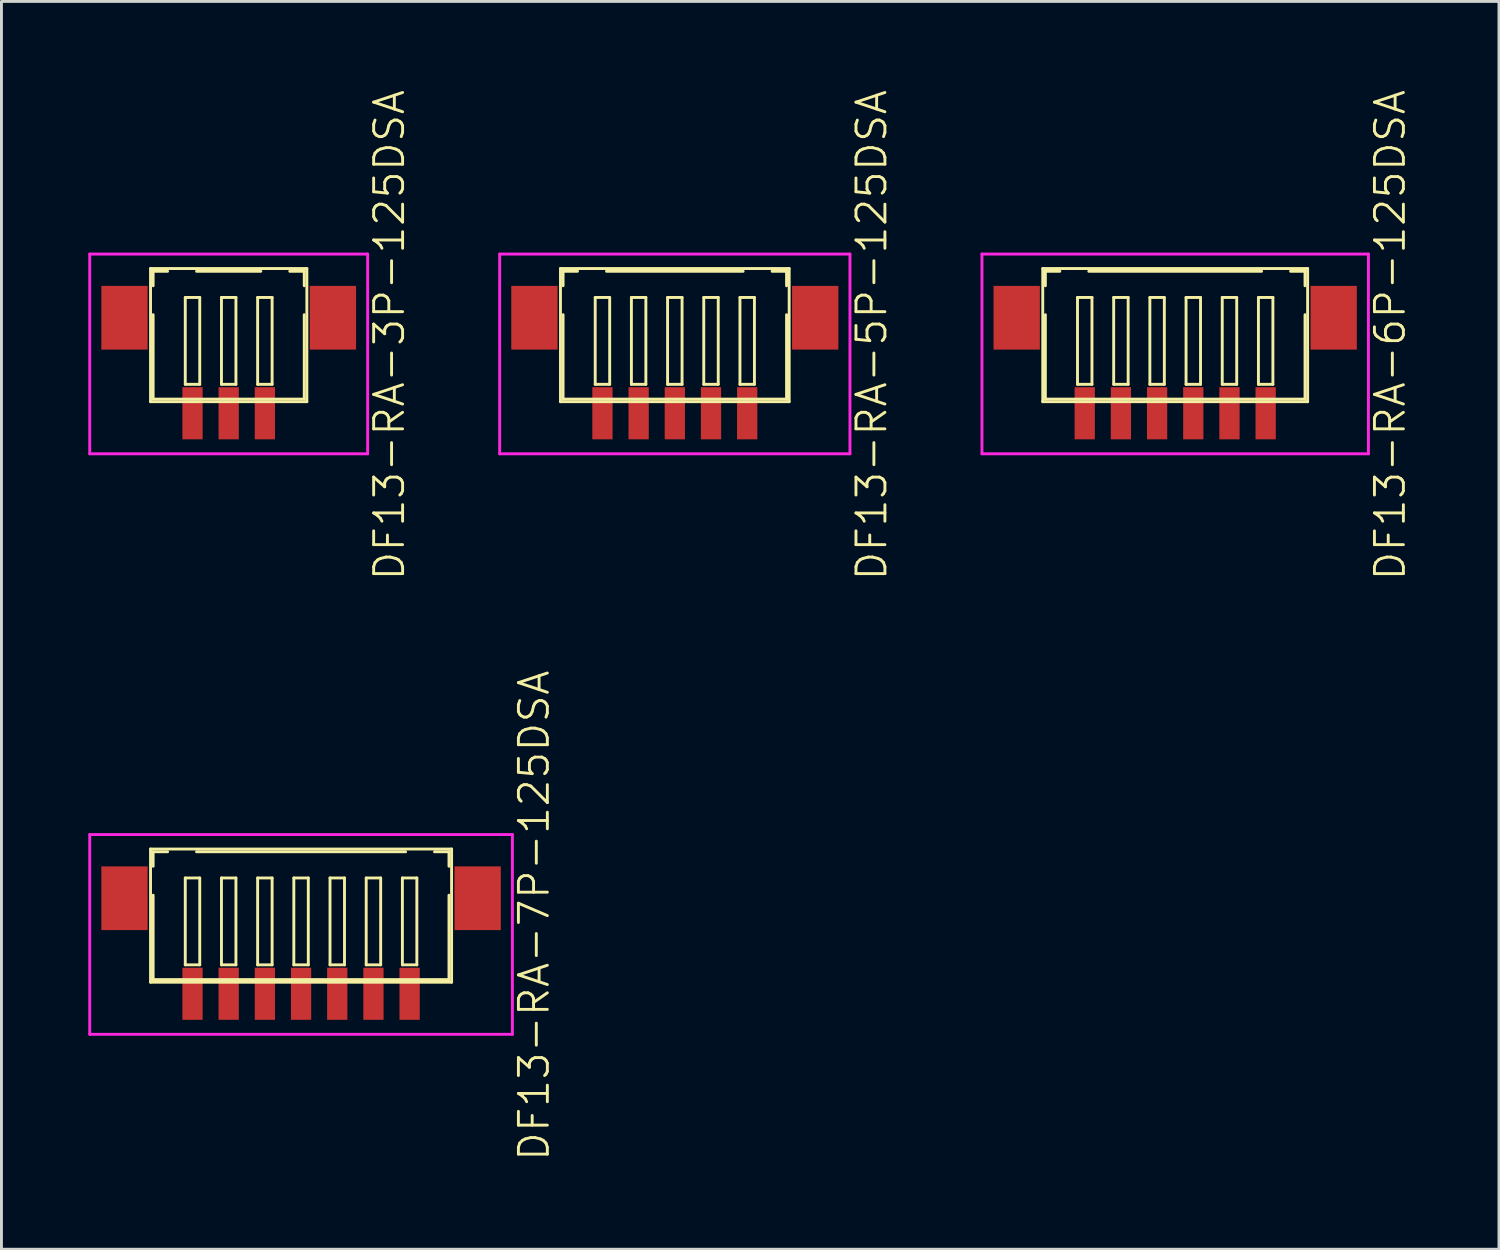
<source format=kicad_pcb>
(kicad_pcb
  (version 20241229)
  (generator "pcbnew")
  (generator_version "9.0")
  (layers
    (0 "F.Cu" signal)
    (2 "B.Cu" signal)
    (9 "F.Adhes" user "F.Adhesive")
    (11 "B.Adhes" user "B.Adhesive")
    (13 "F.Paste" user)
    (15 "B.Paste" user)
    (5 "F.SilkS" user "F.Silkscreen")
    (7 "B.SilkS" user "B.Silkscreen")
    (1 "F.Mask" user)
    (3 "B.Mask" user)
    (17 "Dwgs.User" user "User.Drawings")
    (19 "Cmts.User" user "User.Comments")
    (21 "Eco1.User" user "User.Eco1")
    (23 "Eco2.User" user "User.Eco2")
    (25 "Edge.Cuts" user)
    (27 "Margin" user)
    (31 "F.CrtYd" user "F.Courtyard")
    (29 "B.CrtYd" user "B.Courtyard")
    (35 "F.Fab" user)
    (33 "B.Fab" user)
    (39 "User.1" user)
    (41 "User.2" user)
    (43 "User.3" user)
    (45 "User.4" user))
  (footprint "DF13-RA-7P-125DSA"
    (layer "F.Cu")
    (at 7.35 31.279)
    (property "Reference" "DF13-RA-7P-125DSA" (at 8.05 -2.7 90) (layer "F.SilkS") (effects (font (size 1 1) (thickness 0.1))))
    (attr through_hole)
    (fp_line (start -5.2 -5) (end -5.2 -0.4) (stroke (width 0.1) (type solid)) (layer "F.SilkS"))
    (fp_line (start -5.2 -5) (end 5.2 -5) (stroke (width 0.1) (type solid)) (layer "F.SilkS"))
    (fp_line (start -5.2 -0.4) (end 5.2 -0.4) (stroke (width 0.1) (type solid)) (layer "F.SilkS"))
    (fp_line (start -5.11 -4.905) (end -5.11 -4.405) (stroke (width 0.1) (type solid)) (layer "F.SilkS"))
    (fp_line (start -5.11 -4.905) (end -4.61 -4.905) (stroke (width 0.1) (type solid)) (layer "F.SilkS"))
    (fp_line (start -5.11 -3.405) (end -5.11 -0.49) (stroke (width 0.1) (type solid)) (layer "F.SilkS"))
    (fp_line (start -5.11 -0.49) (end 5.11 -0.49) (stroke (width 0.1) (type solid)) (layer "F.SilkS"))
    (fp_line (start -4 -4) (end -4 -1) (stroke (width 0.1) (type solid)) (layer "F.SilkS"))
    (fp_line (start -4 -1) (end -3.5 -1) (stroke (width 0.1) (type solid)) (layer "F.SilkS"))
    (fp_line (start -3.61 -4.905) (end 3.61 -4.905) (stroke (width 0.1) (type solid)) (layer "F.SilkS"))
    (fp_line (start -3.5 -4) (end -4 -4) (stroke (width 0.1) (type solid)) (layer "F.SilkS"))
    (fp_line (start -3.5 -1) (end -3.5 -4) (stroke (width 0.1) (type solid)) (layer "F.SilkS"))
    (fp_line (start -2.75 -4) (end -2.75 -1) (stroke (width 0.1) (type solid)) (layer "F.SilkS"))
    (fp_line (start -2.75 -1) (end -2.25 -1) (stroke (width 0.1) (type solid)) (layer "F.SilkS"))
    (fp_line (start -2.25 -4) (end -2.75 -4) (stroke (width 0.1) (type solid)) (layer "F.SilkS"))
    (fp_line (start -2.25 -1) (end -2.25 -4) (stroke (width 0.1) (type solid)) (layer "F.SilkS"))
    (fp_line (start -1.5 -4) (end -1.5 -1) (stroke (width 0.1) (type solid)) (layer "F.SilkS"))
    (fp_line (start -1.5 -1) (end -1 -1) (stroke (width 0.1) (type solid)) (layer "F.SilkS"))
    (fp_line (start -1 -4) (end -1.5 -4) (stroke (width 0.1) (type solid)) (layer "F.SilkS"))
    (fp_line (start -1 -1) (end -1 -4) (stroke (width 0.1) (type solid)) (layer "F.SilkS"))
    (fp_line (start -0.25 -4) (end -0.25 -1) (stroke (width 0.1) (type solid)) (layer "F.SilkS"))
    (fp_line (start -0.25 -1) (end 0.25 -1) (stroke (width 0.1) (type solid)) (layer "F.SilkS"))
    (fp_line (start 0.25 -4) (end -0.25 -4) (stroke (width 0.1) (type solid)) (layer "F.SilkS"))
    (fp_line (start 0.25 -1) (end 0.25 -4) (stroke (width 0.1) (type solid)) (layer "F.SilkS"))
    (fp_line (start 1 -4) (end 1 -1) (stroke (width 0.1) (type solid)) (layer "F.SilkS"))
    (fp_line (start 1 -1) (end 1.5 -1) (stroke (width 0.1) (type solid)) (layer "F.SilkS"))
    (fp_line (start 1.5 -4) (end 1 -4) (stroke (width 0.1) (type solid)) (layer "F.SilkS"))
    (fp_line (start 1.5 -1) (end 1.5 -4) (stroke (width 0.1) (type solid)) (layer "F.SilkS"))
    (fp_line (start 2.25 -4) (end 2.25 -1) (stroke (width 0.1) (type solid)) (layer "F.SilkS"))
    (fp_line (start 2.25 -1) (end 2.75 -1) (stroke (width 0.1) (type solid)) (layer "F.SilkS"))
    (fp_line (start 2.75 -4) (end 2.25 -4) (stroke (width 0.1) (type solid)) (layer "F.SilkS"))
    (fp_line (start 2.75 -1) (end 2.75 -4) (stroke (width 0.1) (type solid)) (layer "F.SilkS"))
    (fp_line (start 3.5 -4) (end 3.5 -1) (stroke (width 0.1) (type solid)) (layer "F.SilkS"))
    (fp_line (start 3.5 -1) (end 4 -1) (stroke (width 0.1) (type solid)) (layer "F.SilkS"))
    (fp_line (start 4 -4) (end 3.5 -4) (stroke (width 0.1) (type solid)) (layer "F.SilkS"))
    (fp_line (start 4 -1) (end 4 -4) (stroke (width 0.1) (type solid)) (layer "F.SilkS"))
    (fp_line (start 4.61 -4.905) (end 5.11 -4.905) (stroke (width 0.1) (type solid)) (layer "F.SilkS"))
    (fp_line (start 5.11 -4.905) (end 5.11 -4.405) (stroke (width 0.1) (type solid)) (layer "F.SilkS"))
    (fp_line (start 5.11 -3.405) (end 5.11 -0.49) (stroke (width 0.1) (type solid)) (layer "F.SilkS"))
    (fp_line (start 5.2 -5) (end 5.2 -0.4) (stroke (width 0.1) (type solid)) (layer "F.SilkS"))
    (fp_line (start -7.3 -5.5) (end -7.3 1.4) (stroke (width 0.1) (type solid)) (layer "F.CrtYd"))
    (fp_line (start -7.3 1.4) (end 7.3 1.4) (stroke (width 0.1) (type solid)) (layer "F.CrtYd"))
    (fp_line (start 7.3 -5.5) (end -7.3 -5.5) (stroke (width 0.1) (type solid)) (layer "F.CrtYd"))
    (fp_line (start 7.3 1.4) (end 7.3 -5.5) (stroke (width 0.1) (type solid)) (layer "F.CrtYd"))
    (pad "1" smd rect (at -3.75 0) (size 0.7 1.8) (layers "F.Cu" "F.Mask" "F.Paste"))
    (pad "2" smd rect (at -2.5 0) (size 0.7 1.8) (layers "F.Cu" "F.Mask" "F.Paste"))
    (pad "3" smd rect (at -1.25 0) (size 0.7 1.8) (layers "F.Cu" "F.Mask" "F.Paste"))
    (pad "4" smd rect (at 0 0) (size 0.7 1.8) (layers "F.Cu" "F.Mask" "F.Paste"))
    (pad "5" smd rect (at 1.25 0) (size 0.7 1.8) (layers "F.Cu" "F.Mask" "F.Paste"))
    (pad "6" smd rect (at 2.5 0) (size 0.7 1.8) (layers "F.Cu" "F.Mask" "F.Paste"))
    (pad "7" smd rect (at 3.75 0) (size 0.7 1.8) (layers "F.Cu" "F.Mask" "F.Paste"))
    (pad "S" smd rect (at -6.1 -3.3) (size 1.6 2.2) (layers "F.Cu" "F.Mask" "F.Paste"))
    (pad "S" smd rect (at 6.1 -3.3) (size 1.6 2.2) (layers "F.Cu" "F.Mask" "F.Paste")))
  (footprint "DF13-RA-6P-125DSA"
    (layer "F.Cu")
    (at 37.546 11.226)
    (property "Reference" "DF13-RA-6P-125DSA" (at 7.425 -2.7 90) (layer "F.SilkS") (effects (font (size 1 1) (thickness 0.1))))
    (attr through_hole)
    (fp_line (start -4.575 -5) (end -4.575 -0.4) (stroke (width 0.1) (type solid)) (layer "F.SilkS"))
    (fp_line (start -4.575 -5) (end 4.575 -5) (stroke (width 0.1) (type solid)) (layer "F.SilkS"))
    (fp_line (start -4.575 -0.4) (end 4.575 -0.4) (stroke (width 0.1) (type solid)) (layer "F.SilkS"))
    (fp_line (start -4.485 -4.905) (end -4.485 -4.405) (stroke (width 0.1) (type solid)) (layer "F.SilkS"))
    (fp_line (start -4.485 -4.905) (end -3.985 -4.905) (stroke (width 0.1) (type solid)) (layer "F.SilkS"))
    (fp_line (start -4.485 -3.405) (end -4.485 -0.49) (stroke (width 0.1) (type solid)) (layer "F.SilkS"))
    (fp_line (start -4.485 -0.49) (end 4.485 -0.49) (stroke (width 0.1) (type solid)) (layer "F.SilkS"))
    (fp_line (start -3.375 -4) (end -3.375 -1) (stroke (width 0.1) (type solid)) (layer "F.SilkS"))
    (fp_line (start -3.375 -1) (end -2.875 -1) (stroke (width 0.1) (type solid)) (layer "F.SilkS"))
    (fp_line (start -2.985 -4.905) (end 2.985 -4.905) (stroke (width 0.1) (type solid)) (layer "F.SilkS"))
    (fp_line (start -2.875 -4) (end -3.375 -4) (stroke (width 0.1) (type solid)) (layer "F.SilkS"))
    (fp_line (start -2.875 -1) (end -2.875 -4) (stroke (width 0.1) (type solid)) (layer "F.SilkS"))
    (fp_line (start -2.125 -4) (end -2.125 -1) (stroke (width 0.1) (type solid)) (layer "F.SilkS"))
    (fp_line (start -2.125 -1) (end -1.625 -1) (stroke (width 0.1) (type solid)) (layer "F.SilkS"))
    (fp_line (start -1.625 -4) (end -2.125 -4) (stroke (width 0.1) (type solid)) (layer "F.SilkS"))
    (fp_line (start -1.625 -1) (end -1.625 -4) (stroke (width 0.1) (type solid)) (layer "F.SilkS"))
    (fp_line (start -0.875 -4) (end -0.875 -1) (stroke (width 0.1) (type solid)) (layer "F.SilkS"))
    (fp_line (start -0.875 -1) (end -0.375 -1) (stroke (width 0.1) (type solid)) (layer "F.SilkS"))
    (fp_line (start -0.375 -4) (end -0.875 -4) (stroke (width 0.1) (type solid)) (layer "F.SilkS"))
    (fp_line (start -0.375 -1) (end -0.375 -4) (stroke (width 0.1) (type solid)) (layer "F.SilkS"))
    (fp_line (start 0.375 -4) (end 0.375 -1) (stroke (width 0.1) (type solid)) (layer "F.SilkS"))
    (fp_line (start 0.375 -1) (end 0.875 -1) (stroke (width 0.1) (type solid)) (layer "F.SilkS"))
    (fp_line (start 0.875 -4) (end 0.375 -4) (stroke (width 0.1) (type solid)) (layer "F.SilkS"))
    (fp_line (start 0.875 -1) (end 0.875 -4) (stroke (width 0.1) (type solid)) (layer "F.SilkS"))
    (fp_line (start 1.625 -4) (end 1.625 -1) (stroke (width 0.1) (type solid)) (layer "F.SilkS"))
    (fp_line (start 1.625 -1) (end 2.125 -1) (stroke (width 0.1) (type solid)) (layer "F.SilkS"))
    (fp_line (start 2.125 -4) (end 1.625 -4) (stroke (width 0.1) (type solid)) (layer "F.SilkS"))
    (fp_line (start 2.125 -1) (end 2.125 -4) (stroke (width 0.1) (type solid)) (layer "F.SilkS"))
    (fp_line (start 2.875 -4) (end 2.875 -1) (stroke (width 0.1) (type solid)) (layer "F.SilkS"))
    (fp_line (start 2.875 -1) (end 3.375 -1) (stroke (width 0.1) (type solid)) (layer "F.SilkS"))
    (fp_line (start 3.375 -4) (end 2.875 -4) (stroke (width 0.1) (type solid)) (layer "F.SilkS"))
    (fp_line (start 3.375 -1) (end 3.375 -4) (stroke (width 0.1) (type solid)) (layer "F.SilkS"))
    (fp_line (start 3.985 -4.905) (end 4.485 -4.905) (stroke (width 0.1) (type solid)) (layer "F.SilkS"))
    (fp_line (start 4.485 -4.905) (end 4.485 -4.405) (stroke (width 0.1) (type solid)) (layer "F.SilkS"))
    (fp_line (start 4.485 -3.405) (end 4.485 -0.49) (stroke (width 0.1) (type solid)) (layer "F.SilkS"))
    (fp_line (start 4.575 -5) (end 4.575 -0.4) (stroke (width 0.1) (type solid)) (layer "F.SilkS"))
    (fp_line (start -6.675 -5.5) (end -6.675 1.4) (stroke (width 0.1) (type solid)) (layer "F.CrtYd"))
    (fp_line (start -6.675 1.4) (end 6.675 1.4) (stroke (width 0.1) (type solid)) (layer "F.CrtYd"))
    (fp_line (start 6.675 -5.5) (end -6.675 -5.5) (stroke (width 0.1) (type solid)) (layer "F.CrtYd"))
    (fp_line (start 6.675 1.4) (end 6.675 -5.5) (stroke (width 0.1) (type solid)) (layer "F.CrtYd"))
    (pad "1" smd rect (at -3.125 0) (size 0.7 1.8) (layers "F.Cu" "F.Mask" "F.Paste"))
    (pad "2" smd rect (at -1.875 0) (size 0.7 1.8) (layers "F.Cu" "F.Mask" "F.Paste"))
    (pad "3" smd rect (at -0.625 0) (size 0.7 1.8) (layers "F.Cu" "F.Mask" "F.Paste"))
    (pad "4" smd rect (at 0.625 0) (size 0.7 1.8) (layers "F.Cu" "F.Mask" "F.Paste"))
    (pad "5" smd rect (at 1.875 0) (size 0.7 1.8) (layers "F.Cu" "F.Mask" "F.Paste"))
    (pad "6" smd rect (at 3.125 0) (size 0.7 1.8) (layers "F.Cu" "F.Mask" "F.Paste"))
    (pad "S" smd rect (at -5.475 -3.3) (size 1.6 2.2) (layers "F.Cu" "F.Mask" "F.Paste"))
    (pad "S" smd rect (at 5.475 -3.3) (size 1.6 2.2) (layers "F.Cu" "F.Mask" "F.Paste")))
  (footprint "DF13-RA-3P-125DSA"
    (layer "F.Cu")
    (at 4.85 11.226)
    (property "Reference" "DF13-RA-3P-125DSA" (at 5.55 -2.7 90) (layer "F.SilkS") (effects (font (size 1 1) (thickness 0.1))))
    (attr through_hole)
    (fp_line (start -2.7 -5) (end -2.7 -0.4) (stroke (width 0.1) (type solid)) (layer "F.SilkS"))
    (fp_line (start -2.7 -5) (end 2.7 -5) (stroke (width 0.1) (type solid)) (layer "F.SilkS"))
    (fp_line (start -2.7 -0.4) (end 2.7 -0.4) (stroke (width 0.1) (type solid)) (layer "F.SilkS"))
    (fp_line (start -2.61 -4.905) (end -2.61 -4.405) (stroke (width 0.1) (type solid)) (layer "F.SilkS"))
    (fp_line (start -2.61 -4.905) (end -2.11 -4.905) (stroke (width 0.1) (type solid)) (layer "F.SilkS"))
    (fp_line (start -2.61 -3.405) (end -2.61 -0.49) (stroke (width 0.1) (type solid)) (layer "F.SilkS"))
    (fp_line (start -2.61 -0.49) (end 2.61 -0.49) (stroke (width 0.1) (type solid)) (layer "F.SilkS"))
    (fp_line (start -1.5 -4) (end -1.5 -1) (stroke (width 0.1) (type solid)) (layer "F.SilkS"))
    (fp_line (start -1.5 -1) (end -1 -1) (stroke (width 0.1) (type solid)) (layer "F.SilkS"))
    (fp_line (start -1.11 -4.905) (end 1.11 -4.905) (stroke (width 0.1) (type solid)) (layer "F.SilkS"))
    (fp_line (start -1 -4) (end -1.5 -4) (stroke (width 0.1) (type solid)) (layer "F.SilkS"))
    (fp_line (start -1 -1) (end -1 -4) (stroke (width 0.1) (type solid)) (layer "F.SilkS"))
    (fp_line (start -0.25 -4) (end -0.25 -1) (stroke (width 0.1) (type solid)) (layer "F.SilkS"))
    (fp_line (start -0.25 -1) (end 0.25 -1) (stroke (width 0.1) (type solid)) (layer "F.SilkS"))
    (fp_line (start 0.25 -4) (end -0.25 -4) (stroke (width 0.1) (type solid)) (layer "F.SilkS"))
    (fp_line (start 0.25 -1) (end 0.25 -4) (stroke (width 0.1) (type solid)) (layer "F.SilkS"))
    (fp_line (start 1 -4) (end 1 -1) (stroke (width 0.1) (type solid)) (layer "F.SilkS"))
    (fp_line (start 1 -1) (end 1.5 -1) (stroke (width 0.1) (type solid)) (layer "F.SilkS"))
    (fp_line (start 1.5 -4) (end 1 -4) (stroke (width 0.1) (type solid)) (layer "F.SilkS"))
    (fp_line (start 1.5 -1) (end 1.5 -4) (stroke (width 0.1) (type solid)) (layer "F.SilkS"))
    (fp_line (start 2.11 -4.905) (end 2.61 -4.905) (stroke (width 0.1) (type solid)) (layer "F.SilkS"))
    (fp_line (start 2.61 -4.905) (end 2.61 -4.405) (stroke (width 0.1) (type solid)) (layer "F.SilkS"))
    (fp_line (start 2.61 -3.405) (end 2.61 -0.49) (stroke (width 0.1) (type solid)) (layer "F.SilkS"))
    (fp_line (start 2.7 -5) (end 2.7 -0.4) (stroke (width 0.1) (type solid)) (layer "F.SilkS"))
    (fp_line (start -4.8 -5.5) (end -4.8 1.4) (stroke (width 0.1) (type solid)) (layer "F.CrtYd"))
    (fp_line (start -4.8 1.4) (end 4.8 1.4) (stroke (width 0.1) (type solid)) (layer "F.CrtYd"))
    (fp_line (start 4.8 -5.5) (end -4.8 -5.5) (stroke (width 0.1) (type solid)) (layer "F.CrtYd"))
    (fp_line (start 4.8 1.4) (end 4.8 -5.5) (stroke (width 0.1) (type solid)) (layer "F.CrtYd"))
    (pad "1" smd rect (at -1.25 0) (size 0.7 1.8) (layers "F.Cu" "F.Mask" "F.Paste"))
    (pad "2" smd rect (at 0 0) (size 0.7 1.8) (layers "F.Cu" "F.Mask" "F.Paste"))
    (pad "3" smd rect (at 1.25 0) (size 0.7 1.8) (layers "F.Cu" "F.Mask" "F.Paste"))
    (pad "S" smd rect (at -3.6 -3.3) (size 1.6 2.2) (layers "F.Cu" "F.Mask" "F.Paste"))
    (pad "S" smd rect (at 3.6 -3.3) (size 1.6 2.2) (layers "F.Cu" "F.Mask" "F.Paste")))
  (footprint "DF13-RA-5P-125DSA"
    (layer "F.Cu")
    (at 20.261 11.226)
    (property "Reference" "DF13-RA-5P-125DSA" (at 6.8 -2.7 90) (layer "F.SilkS") (effects (font (size 1 1) (thickness 0.1))))
    (attr through_hole)
    (fp_line (start -3.95 -5) (end -3.95 -0.4) (stroke (width 0.1) (type solid)) (layer "F.SilkS"))
    (fp_line (start -3.95 -5) (end 3.95 -5) (stroke (width 0.1) (type solid)) (layer "F.SilkS"))
    (fp_line (start -3.95 -0.4) (end 3.95 -0.4) (stroke (width 0.1) (type solid)) (layer "F.SilkS"))
    (fp_line (start -3.86 -4.905) (end -3.86 -4.405) (stroke (width 0.1) (type solid)) (layer "F.SilkS"))
    (fp_line (start -3.86 -4.905) (end -3.36 -4.905) (stroke (width 0.1) (type solid)) (layer "F.SilkS"))
    (fp_line (start -3.86 -3.405) (end -3.86 -0.49) (stroke (width 0.1) (type solid)) (layer "F.SilkS"))
    (fp_line (start -3.86 -0.49) (end 3.86 -0.49) (stroke (width 0.1) (type solid)) (layer "F.SilkS"))
    (fp_line (start -2.75 -4) (end -2.75 -1) (stroke (width 0.1) (type solid)) (layer "F.SilkS"))
    (fp_line (start -2.75 -1) (end -2.25 -1) (stroke (width 0.1) (type solid)) (layer "F.SilkS"))
    (fp_line (start -2.36 -4.905) (end 2.36 -4.905) (stroke (width 0.1) (type solid)) (layer "F.SilkS"))
    (fp_line (start -2.25 -4) (end -2.75 -4) (stroke (width 0.1) (type solid)) (layer "F.SilkS"))
    (fp_line (start -2.25 -1) (end -2.25 -4) (stroke (width 0.1) (type solid)) (layer "F.SilkS"))
    (fp_line (start -1.5 -4) (end -1.5 -1) (stroke (width 0.1) (type solid)) (layer "F.SilkS"))
    (fp_line (start -1.5 -1) (end -1 -1) (stroke (width 0.1) (type solid)) (layer "F.SilkS"))
    (fp_line (start -1 -4) (end -1.5 -4) (stroke (width 0.1) (type solid)) (layer "F.SilkS"))
    (fp_line (start -1 -1) (end -1 -4) (stroke (width 0.1) (type solid)) (layer "F.SilkS"))
    (fp_line (start -0.25 -4) (end -0.25 -1) (stroke (width 0.1) (type solid)) (layer "F.SilkS"))
    (fp_line (start -0.25 -1) (end 0.25 -1) (stroke (width 0.1) (type solid)) (layer "F.SilkS"))
    (fp_line (start 0.25 -4) (end -0.25 -4) (stroke (width 0.1) (type solid)) (layer "F.SilkS"))
    (fp_line (start 0.25 -1) (end 0.25 -4) (stroke (width 0.1) (type solid)) (layer "F.SilkS"))
    (fp_line (start 1 -4) (end 1 -1) (stroke (width 0.1) (type solid)) (layer "F.SilkS"))
    (fp_line (start 1 -1) (end 1.5 -1) (stroke (width 0.1) (type solid)) (layer "F.SilkS"))
    (fp_line (start 1.5 -4) (end 1 -4) (stroke (width 0.1) (type solid)) (layer "F.SilkS"))
    (fp_line (start 1.5 -1) (end 1.5 -4) (stroke (width 0.1) (type solid)) (layer "F.SilkS"))
    (fp_line (start 2.25 -4) (end 2.25 -1) (stroke (width 0.1) (type solid)) (layer "F.SilkS"))
    (fp_line (start 2.25 -1) (end 2.75 -1) (stroke (width 0.1) (type solid)) (layer "F.SilkS"))
    (fp_line (start 2.75 -4) (end 2.25 -4) (stroke (width 0.1) (type solid)) (layer "F.SilkS"))
    (fp_line (start 2.75 -1) (end 2.75 -4) (stroke (width 0.1) (type solid)) (layer "F.SilkS"))
    (fp_line (start 3.36 -4.905) (end 3.86 -4.905) (stroke (width 0.1) (type solid)) (layer "F.SilkS"))
    (fp_line (start 3.86 -4.905) (end 3.86 -4.405) (stroke (width 0.1) (type solid)) (layer "F.SilkS"))
    (fp_line (start 3.86 -3.405) (end 3.86 -0.49) (stroke (width 0.1) (type solid)) (layer "F.SilkS"))
    (fp_line (start 3.95 -5) (end 3.95 -0.4) (stroke (width 0.1) (type solid)) (layer "F.SilkS"))
    (fp_line (start -6.05 -5.5) (end -6.05 1.4) (stroke (width 0.1) (type solid)) (layer "F.CrtYd"))
    (fp_line (start -6.05 1.4) (end 6.05 1.4) (stroke (width 0.1) (type solid)) (layer "F.CrtYd"))
    (fp_line (start 6.05 -5.5) (end -6.05 -5.5) (stroke (width 0.1) (type solid)) (layer "F.CrtYd"))
    (fp_line (start 6.05 1.4) (end 6.05 -5.5) (stroke (width 0.1) (type solid)) (layer "F.CrtYd"))
    (pad "1" smd rect (at -2.5 0) (size 0.7 1.8) (layers "F.Cu" "F.Mask" "F.Paste"))
    (pad "2" smd rect (at -1.25 0) (size 0.7 1.8) (layers "F.Cu" "F.Mask" "F.Paste"))
    (pad "3" smd rect (at 0 0) (size 0.7 1.8) (layers "F.Cu" "F.Mask" "F.Paste"))
    (pad "4" smd rect (at 1.25 0) (size 0.7 1.8) (layers "F.Cu" "F.Mask" "F.Paste"))
    (pad "5" smd rect (at 2.5 0) (size 0.7 1.8) (layers "F.Cu" "F.Mask" "F.Paste"))
    (pad "S" smd rect (at -4.85 -3.3) (size 1.6 2.2) (layers "F.Cu" "F.Mask" "F.Paste"))
    (pad "S" smd rect (at 4.85 -3.3) (size 1.6 2.2) (layers "F.Cu" "F.Mask" "F.Paste")))
  (gr_rect
    (start -3 -3)
    (end 48.731 40.105)
    (stroke (width 0.1) (type default))
    (fill no)
    (layer "Edge.Cuts")))
</source>
